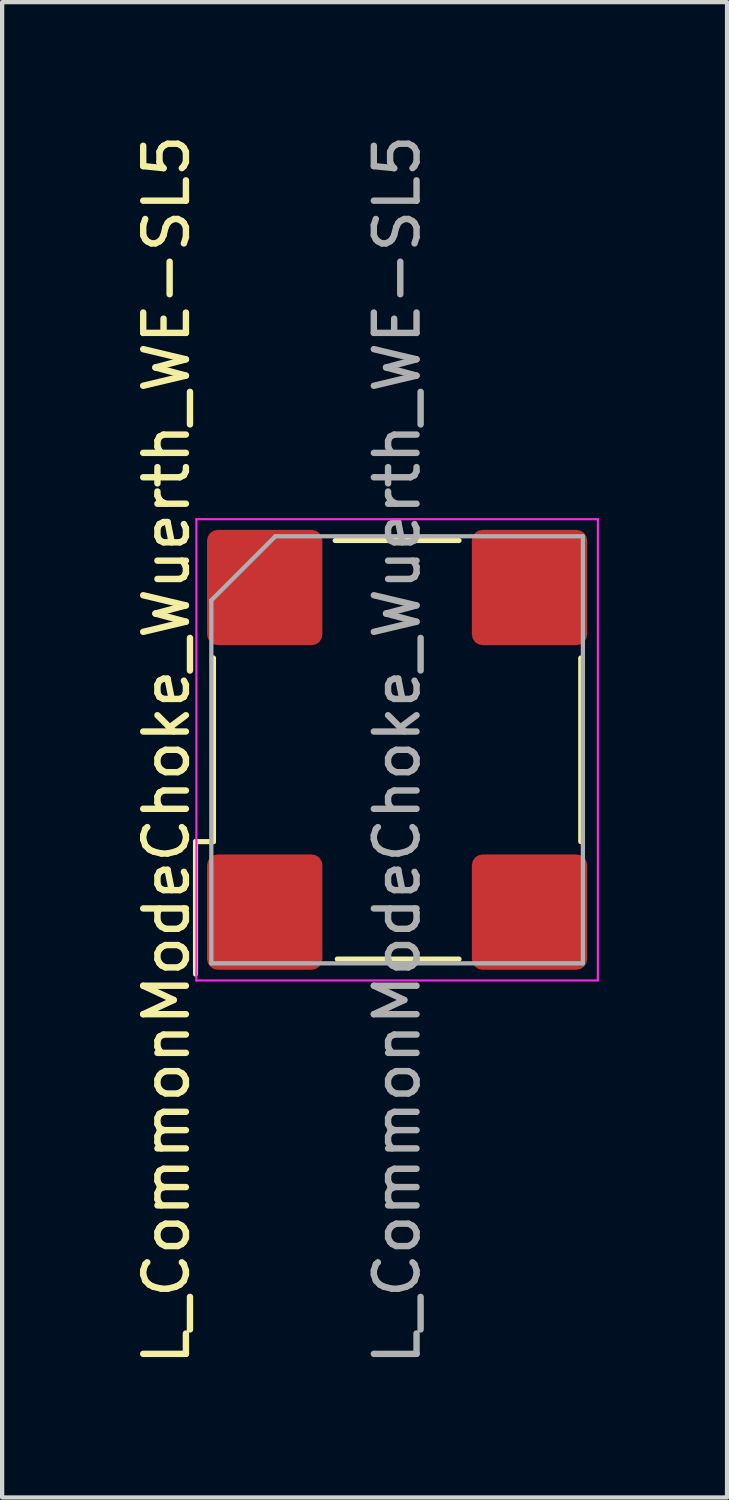
<source format=kicad_pcb>
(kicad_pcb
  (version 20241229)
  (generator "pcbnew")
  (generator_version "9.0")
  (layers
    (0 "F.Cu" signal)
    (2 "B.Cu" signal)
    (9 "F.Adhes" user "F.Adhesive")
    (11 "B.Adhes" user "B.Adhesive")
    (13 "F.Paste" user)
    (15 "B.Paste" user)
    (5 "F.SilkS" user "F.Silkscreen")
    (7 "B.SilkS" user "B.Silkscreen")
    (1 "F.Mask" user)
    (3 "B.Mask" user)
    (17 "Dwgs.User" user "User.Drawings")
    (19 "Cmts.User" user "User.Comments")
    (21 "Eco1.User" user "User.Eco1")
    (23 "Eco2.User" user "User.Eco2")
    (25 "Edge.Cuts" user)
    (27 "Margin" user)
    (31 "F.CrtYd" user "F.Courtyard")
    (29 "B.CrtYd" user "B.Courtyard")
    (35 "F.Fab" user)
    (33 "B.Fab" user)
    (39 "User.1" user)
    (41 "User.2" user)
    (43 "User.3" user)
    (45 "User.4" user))
  (footprint "L_CommonModeChoke_Wuerth_WE-SL5"
    (layer "F.Cu")
    (at 6.248 14.506)
    (property "Reference" "L_CommonModeChoke_Wuerth_WE-SL5" (at -5.4 0 90) (layer "F.SilkS") (effects (font (size 1 1) (thickness 0.15))))
    (attr smd)
    (fp_line (start -4.72 2.15) (end -4.72 5.25) (stroke (width 0.12) (type solid)) (layer "F.SilkS"))
    (fp_line (start -4.3 -2.15) (end -4.3 2.15) (stroke (width 0.12) (type solid)) (layer "F.SilkS"))
    (fp_line (start -4.3 2.15) (end -4.72 2.15) (stroke (width 0.12) (type solid)) (layer "F.SilkS"))
    (fp_line (start 1.45 -4.9) (end -1.45 -4.9) (stroke (width 0.12) (type solid)) (layer "F.SilkS"))
    (fp_line (start 1.45 4.9) (end -1.4 4.9) (stroke (width 0.12) (type solid)) (layer "F.SilkS"))
    (fp_line (start 4.3 -2.15) (end 4.3 2.15) (stroke (width 0.12) (type solid)) (layer "F.SilkS"))
    (fp_line (start -4.7 -5.4) (end -4.7 5.4) (stroke (width 0.05) (type solid)) (layer "F.CrtYd"))
    (fp_line (start 4.7 -5.4) (end -4.7 -5.4) (stroke (width 0.05) (type solid)) (layer "F.CrtYd"))
    (fp_line (start 4.7 -5.4) (end 4.7 5.4) (stroke (width 0.05) (type solid)) (layer "F.CrtYd"))
    (fp_line (start 4.7 5.4) (end -4.7 5.4) (stroke (width 0.05) (type solid)) (layer "F.CrtYd"))
    (fp_line (start -4.35 -3.5) (end -2.85 -5) (stroke (width 0.1) (type solid)) (layer "F.Fab"))
    (fp_line (start -4.35 5) (end -4.35 -3.5) (stroke (width 0.1) (type solid)) (layer "F.Fab"))
    (fp_line (start -4.35 5) (end 4.35 5) (stroke (width 0.1) (type solid)) (layer "F.Fab"))
    (fp_line (start -2.85 -5) (end 4.35 -5) (stroke (width 0.1) (type solid)) (layer "F.Fab"))
    (fp_line (start 4.35 -5) (end 4.35 5) (stroke (width 0.1) (type solid)) (layer "F.Fab"))
    (fp_text user "${REFERENCE}" (at 0 0 90) (layer "F.Fab") (effects (font (size 1 1) (thickness 0.15))))
    (pad "1" smd roundrect (at -3.1 -3.8 270) (size 2.7 2.7) (layers "F.Cu" "F.Mask" "F.Paste") (roundrect_rratio 0.093))
    (pad "2" smd roundrect (at -3.1 3.8 270) (size 2.7 2.7) (layers "F.Cu" "F.Mask" "F.Paste") (roundrect_rratio 0.093))
    (pad "3" smd roundrect (at 3.1 3.8 270) (size 2.7 2.7) (layers "F.Cu" "F.Mask" "F.Paste") (roundrect_rratio 0.093))
    (pad "4" smd roundrect (at 3.1 -3.8 270) (size 2.7 2.7) (layers "F.Cu" "F.Mask" "F.Paste") (roundrect_rratio 0.093)))
  (gr_rect
    (start -3 -3)
    (end 13.973 32.012)
    (stroke (width 0.1) (type default))
    (fill no)
    (layer "Edge.Cuts")))
</source>
